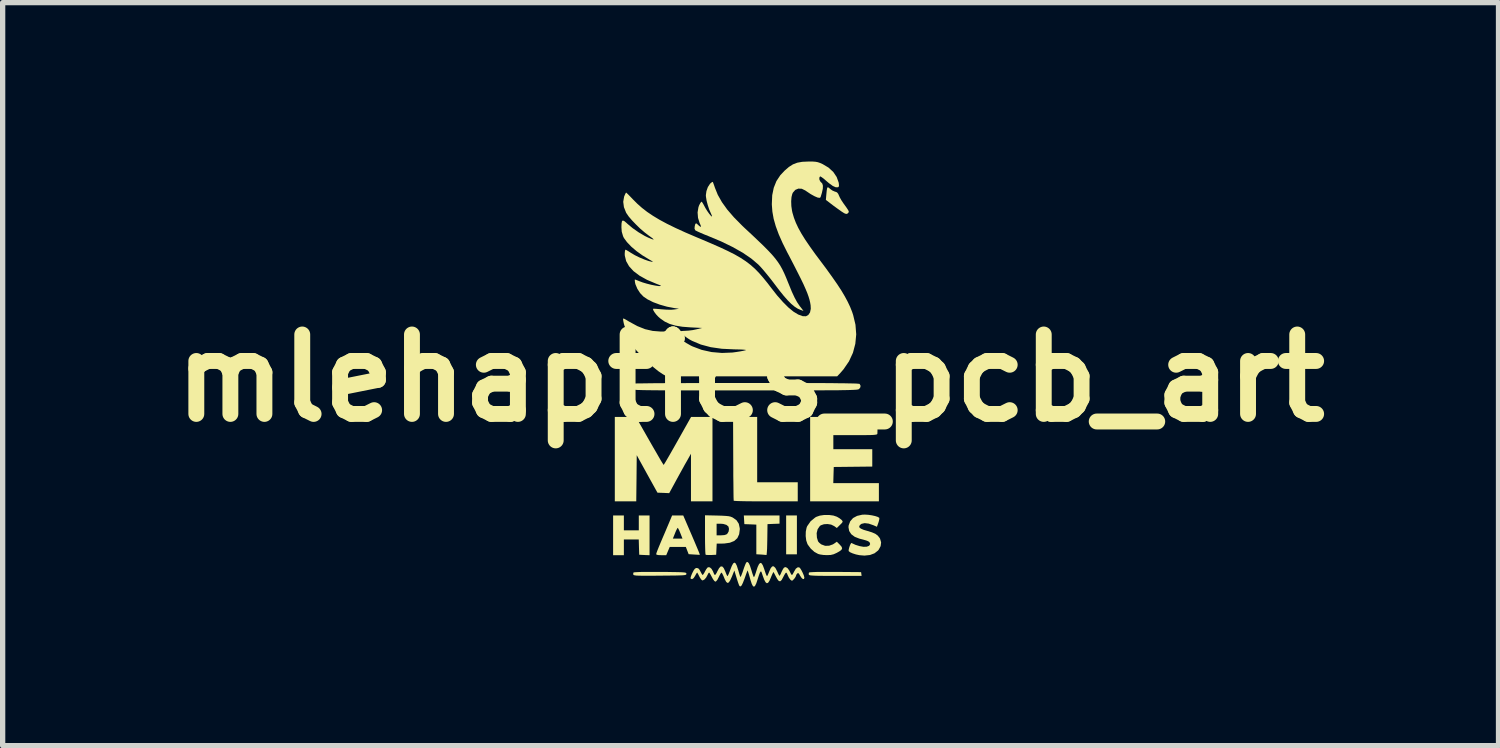
<source format=kicad_pcb>
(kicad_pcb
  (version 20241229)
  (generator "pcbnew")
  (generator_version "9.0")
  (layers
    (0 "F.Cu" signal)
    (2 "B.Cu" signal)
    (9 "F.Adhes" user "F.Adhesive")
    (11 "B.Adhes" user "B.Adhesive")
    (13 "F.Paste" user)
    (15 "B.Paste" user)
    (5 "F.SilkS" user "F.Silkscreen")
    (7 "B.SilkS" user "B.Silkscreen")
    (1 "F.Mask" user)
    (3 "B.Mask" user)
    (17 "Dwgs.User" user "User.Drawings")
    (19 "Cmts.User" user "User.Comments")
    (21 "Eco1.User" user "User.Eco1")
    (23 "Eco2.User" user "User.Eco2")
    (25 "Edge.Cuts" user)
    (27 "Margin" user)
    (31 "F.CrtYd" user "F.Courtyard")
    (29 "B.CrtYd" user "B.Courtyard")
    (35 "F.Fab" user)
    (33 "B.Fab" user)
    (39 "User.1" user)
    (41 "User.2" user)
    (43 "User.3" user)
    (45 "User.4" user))
  (footprint "mlehaptics_pcb_art"
    (layer "F.Cu")
    (at 11.121 4.087)
    (property "Reference" "mlehaptics_pcb_art" (at 0 0 0) (layer "F.SilkS") (effects (font (size 1.5 1.5) (thickness 0.3))))
    (attr board_only exclude_from_pos_files exclude_from_bom)
    (fp_poly (pts (xy 0.875 2.962) (xy 0.875 3.329) (xy 0.774 3.329) (xy 0.672 3.329) (xy 0.672 2.962) (xy 0.672 2.595) (xy 0.774 2.595) (xy 0.875 2.595)) (stroke (width 0) (type solid)) (fill yes) (layer "F.SilkS"))
    (fp_poly (pts (xy 1.595 3.661) (xy 1.603 3.661) (xy 2.087 3.665) (xy 2.092 3.701) (xy 2.097 3.736) (xy 1.603 3.736) (xy 1.464 3.736) (xy 1.353 3.735) (xy 1.267 3.734) (xy 1.203 3.732) (xy 1.158 3.729) (xy 1.128 3.726) (xy 1.11 3.721) (xy 1.101 3.715) (xy 1.099 3.711) (xy 1.099 3.682) (xy 1.105 3.672) (xy 1.124 3.668) (xy 1.172 3.665) (xy 1.246 3.662) (xy 1.343 3.661) (xy 1.46 3.661)) (stroke (width 0) (type solid)) (fill yes) (layer "F.SilkS"))
    (fp_poly (pts (xy 0.547 2.672) (xy 0.547 2.75) (xy 0.434 2.754) (xy 0.32 2.759) (xy 0.316 3.052) (xy 0.314 3.143) (xy 0.312 3.223) (xy 0.308 3.286) (xy 0.304 3.327) (xy 0.301 3.342) (xy 0.301 3.342) (xy 0.28 3.34) (xy 0.238 3.336) (xy 0.199 3.333) (xy 0.109 3.328) (xy 0.109 3.048) (xy 0.109 2.768) (xy -0.004 2.763) (xy -0.117 2.759) (xy -0.122 2.677) (xy -0.127 2.595) (xy 0.21 2.595) (xy 0.547 2.595)) (stroke (width 0) (type solid)) (fill yes) (layer "F.SilkS"))
    (fp_poly (pts (xy -2.392 2.735) (xy -2.392 2.876) (xy -2.251 2.876) (xy -2.11 2.876) (xy -2.11 2.735) (xy -2.11 2.595) (xy -2.009 2.595) (xy -1.907 2.595) (xy -1.907 2.971) (xy -1.907 3.346) (xy -2.005 3.342) (xy -2.102 3.337) (xy -2.107 3.193) (xy -2.111 3.048) (xy -2.251 3.048) (xy -2.392 3.048) (xy -2.392 3.196) (xy -2.392 3.345) (xy -2.493 3.345) (xy -2.595 3.345) (xy -2.595 2.97) (xy -2.595 2.595) (xy -2.493 2.595) (xy -2.392 2.595)) (stroke (width 0) (type solid)) (fill yes) (layer "F.SilkS"))
    (fp_poly (pts (xy 0.125 1.352) (xy 0.125 1.969) (xy 0.508 1.969) (xy 0.891 1.969) (xy 0.891 2.149) (xy 0.891 2.329) (xy 0.29 2.329) (xy 0.156 2.329) (xy 0.032 2.328) (xy -0.078 2.327) (xy -0.172 2.325) (xy -0.245 2.323) (xy -0.295 2.32) (xy -0.317 2.318) (xy -0.318 2.317) (xy -0.319 2.3) (xy -0.321 2.254) (xy -0.322 2.183) (xy -0.323 2.09) (xy -0.324 1.977) (xy -0.326 1.849) (xy -0.326 1.707) (xy -0.327 1.555) (xy -0.327 1.52) (xy -0.33 0.735) (xy -0.102 0.735) (xy 0.125 0.735)) (stroke (width 0) (type solid)) (fill yes) (layer "F.SilkS"))
    (fp_poly (pts (xy 1.468 -3.599) (xy 1.49 -3.582) (xy 1.5 -3.572) (xy 1.543 -3.541) (xy 1.59 -3.52) (xy 1.596 -3.519) (xy 1.632 -3.505) (xy 1.655 -3.477) (xy 1.667 -3.449) (xy 1.686 -3.407) (xy 1.718 -3.351) (xy 1.757 -3.293) (xy 1.762 -3.286) (xy 1.807 -3.224) (xy 1.835 -3.182) (xy 1.85 -3.156) (xy 1.855 -3.139) (xy 1.851 -3.127) (xy 1.844 -3.118) (xy 1.825 -3.101) (xy 1.803 -3.098) (xy 1.771 -3.11) (xy 1.723 -3.14) (xy 1.695 -3.16) (xy 1.63 -3.206) (xy 1.559 -3.258) (xy 1.512 -3.294) (xy 1.422 -3.363) (xy 1.431 -3.467) (xy 1.438 -3.538) (xy 1.445 -3.581) (xy 1.454 -3.6)) (stroke (width 0) (type solid)) (fill yes) (layer "F.SilkS"))
    (fp_poly (pts (xy 2.394 0.881) (xy 2.396 0.948) (xy 2.396 1.005) (xy 2.395 1.044) (xy 2.394 1.053) (xy 2.39 1.061) (xy 2.378 1.067) (xy 2.355 1.071) (xy 2.318 1.075) (xy 2.263 1.077) (xy 2.187 1.078) (xy 2.085 1.078) (xy 1.976 1.079) (xy 1.563 1.079) (xy 1.563 1.211) (xy 1.563 1.344) (xy 1.93 1.344) (xy 2.298 1.344) (xy 2.298 1.508) (xy 2.298 1.672) (xy 1.934 1.676) (xy 1.571 1.68) (xy 1.566 1.833) (xy 1.562 1.985) (xy 1.992 1.985) (xy 2.423 1.985) (xy 2.423 2.157) (xy 2.423 2.329) (xy 1.774 2.329) (xy 1.125 2.329) (xy 1.125 1.532) (xy 1.125 0.735) (xy 1.757 0.735) (xy 2.389 0.735)) (stroke (width 0) (type solid)) (fill yes) (layer "F.SilkS"))
    (fp_poly (pts (xy -1.717 3.661) (xy -1.703 3.661) (xy -1.566 3.662) (xy -1.457 3.664) (xy -1.373 3.665) (xy -1.311 3.667) (xy -1.267 3.67) (xy -1.239 3.673) (xy -1.222 3.678) (xy -1.214 3.684) (xy -1.212 3.692) (xy -1.211 3.697) (xy -1.212 3.705) (xy -1.217 3.712) (xy -1.229 3.718) (xy -1.252 3.722) (xy -1.288 3.725) (xy -1.341 3.727) (xy -1.413 3.729) (xy -1.509 3.73) (xy -1.632 3.731) (xy -1.708 3.732) (xy -1.847 3.733) (xy -1.958 3.733) (xy -2.044 3.733) (xy -2.108 3.732) (xy -2.154 3.73) (xy -2.184 3.726) (xy -2.203 3.722) (xy -2.212 3.716) (xy -2.214 3.711) (xy -2.215 3.682) (xy -2.209 3.672) (xy -2.189 3.668) (xy -2.141 3.665) (xy -2.067 3.662) (xy -1.97 3.661) (xy -1.853 3.661)) (stroke (width 0) (type solid)) (fill yes) (layer "F.SilkS"))
    (fp_poly (pts (xy -0.719 1.532) (xy -0.719 2.329) (xy -0.922 2.329) (xy -1.125 2.329) (xy -1.125 1.88) (xy -1.125 1.43) (xy -1.204 1.571) (xy -1.241 1.635) (xy -1.287 1.719) (xy -1.338 1.811) (xy -1.389 1.904) (xy -1.41 1.943) (xy -1.536 2.174) (xy -1.647 2.169) (xy -1.758 2.165) (xy -1.954 1.811) (xy -2.149 1.457) (xy -2.153 1.893) (xy -2.158 2.329) (xy -2.36 2.329) (xy -2.563 2.329) (xy -2.563 1.532) (xy -2.563 0.735) (xy -2.364 0.735) (xy -2.165 0.735) (xy -1.907 1.188) (xy -1.845 1.296) (xy -1.788 1.394) (xy -1.738 1.481) (xy -1.697 1.552) (xy -1.665 1.604) (xy -1.646 1.634) (xy -1.641 1.641) (xy -1.632 1.628) (xy -1.609 1.591) (xy -1.575 1.533) (xy -1.531 1.457) (xy -1.479 1.366) (xy -1.421 1.264) (xy -1.378 1.188) (xy -1.123 0.735) (xy -0.921 0.735) (xy -0.719 0.735)) (stroke (width 0) (type solid)) (fill yes) (layer "F.SilkS"))
    (fp_poly (pts (xy -1.112 2.964) (xy -1.069 3.064) (xy -1.031 3.154) (xy -0.999 3.23) (xy -0.975 3.288) (xy -0.961 3.325) (xy -0.957 3.337) (xy -0.974 3.338) (xy -1.013 3.336) (xy -1.065 3.333) (xy -1.169 3.326) (xy -1.196 3.257) (xy -1.222 3.189) (xy -1.374 3.189) (xy -1.526 3.189) (xy -1.559 3.267) (xy -1.592 3.345) (xy -1.687 3.345) (xy -1.744 3.343) (xy -1.775 3.335) (xy -1.782 3.325) (xy -1.776 3.303) (xy -1.76 3.259) (xy -1.736 3.199) (xy -1.706 3.127) (xy -1.699 3.11) (xy -1.666 3.032) (xy -1.467 3.032) (xy -1.376 3.032) (xy -1.285 3.032) (xy -1.325 2.931) (xy -1.346 2.88) (xy -1.364 2.844) (xy -1.375 2.829) (xy -1.376 2.829) (xy -1.386 2.843) (xy -1.404 2.878) (xy -1.425 2.927) (xy -1.426 2.931) (xy -1.467 3.032) (xy -1.666 3.032) (xy -1.66 3.018) (xy -1.617 2.918) (xy -1.577 2.823) (xy -1.548 2.755) (xy -1.481 2.595) (xy -1.376 2.595) (xy -1.271 2.595)) (stroke (width 0) (type solid)) (fill yes) (layer "F.SilkS"))
    (fp_poly (pts (xy -0.629 2.597) (xy -0.535 2.6) (xy -0.466 2.604) (xy -0.416 2.609) (xy -0.379 2.617) (xy -0.349 2.629) (xy -0.336 2.635) (xy -0.265 2.686) (xy -0.222 2.752) (xy -0.204 2.836) (xy -0.203 2.856) (xy -0.215 2.949) (xy -0.249 3.023) (xy -0.307 3.076) (xy -0.39 3.11) (xy -0.496 3.125) (xy -0.533 3.126) (xy -0.639 3.126) (xy -0.644 3.232) (xy -0.649 3.337) (xy -0.743 3.342) (xy -0.795 3.342) (xy -0.834 3.34) (xy -0.849 3.335) (xy -0.852 3.317) (xy -0.855 3.272) (xy -0.857 3.205) (xy -0.859 3.12) (xy -0.86 3.022) (xy -0.86 2.958) (xy -0.86 2.86) (xy -0.641 2.86) (xy -0.641 2.97) (xy -0.555 2.97) (xy -0.496 2.966) (xy -0.457 2.954) (xy -0.438 2.939) (xy -0.414 2.898) (xy -0.407 2.849) (xy -0.417 2.807) (xy -0.418 2.804) (xy -0.456 2.773) (xy -0.516 2.755) (xy -0.569 2.751) (xy -0.641 2.751) (xy -0.641 2.86) (xy -0.86 2.86) (xy -0.86 2.592)) (stroke (width 0) (type solid)) (fill yes) (layer "F.SilkS"))
    (fp_poly (pts (xy 1.565 2.597) (xy 1.632 2.62) (xy 1.633 2.621) (xy 1.679 2.648) (xy 1.715 2.676) (xy 1.723 2.684) (xy 1.737 2.703) (xy 1.737 2.719) (xy 1.72 2.742) (xy 1.689 2.773) (xy 1.629 2.832) (xy 1.579 2.796) (xy 1.522 2.768) (xy 1.454 2.757) (xy 1.385 2.761) (xy 1.327 2.781) (xy 1.308 2.795) (xy 1.267 2.854) (xy 1.248 2.929) (xy 1.253 3.014) (xy 1.274 3.083) (xy 1.294 3.108) (xy 1.329 3.137) (xy 1.339 3.143) (xy 1.407 3.168) (xy 1.482 3.167) (xy 1.555 3.141) (xy 1.579 3.126) (xy 1.629 3.091) (xy 1.686 3.148) (xy 1.719 3.186) (xy 1.729 3.216) (xy 1.716 3.244) (xy 1.676 3.274) (xy 1.626 3.302) (xy 1.568 3.328) (xy 1.513 3.341) (xy 1.444 3.344) (xy 1.44 3.344) (xy 1.375 3.341) (xy 1.313 3.332) (xy 1.276 3.322) (xy 1.205 3.283) (xy 1.137 3.222) (xy 1.082 3.148) (xy 1.074 3.134) (xy 1.051 3.067) (xy 1.041 2.985) (xy 1.043 2.9) (xy 1.058 2.826) (xy 1.069 2.798) (xy 1.134 2.705) (xy 1.22 2.634) (xy 1.243 2.621) (xy 1.309 2.598) (xy 1.392 2.586) (xy 1.482 2.586)) (stroke (width 0) (type solid)) (fill yes) (layer "F.SilkS"))
    (fp_poly (pts (xy 2.224 2.583) (xy 2.292 2.593) (xy 2.354 2.607) (xy 2.403 2.623) (xy 2.43 2.64) (xy 2.431 2.642) (xy 2.431 2.664) (xy 2.422 2.704) (xy 2.413 2.733) (xy 2.386 2.809) (xy 2.32 2.78) (xy 2.23 2.749) (xy 2.155 2.74) (xy 2.096 2.753) (xy 2.079 2.764) (xy 2.053 2.793) (xy 2.053 2.819) (xy 2.081 2.843) (xy 2.136 2.867) (xy 2.205 2.887) (xy 2.292 2.914) (xy 2.355 2.941) (xy 2.4 2.974) (xy 2.434 3.016) (xy 2.445 3.034) (xy 2.465 3.103) (xy 2.456 3.174) (xy 2.418 3.244) (xy 2.406 3.258) (xy 2.34 3.31) (xy 2.254 3.342) (xy 2.15 3.353) (xy 2.055 3.345) (xy 1.989 3.331) (xy 1.927 3.311) (xy 1.878 3.289) (xy 1.853 3.268) (xy 1.852 3.247) (xy 1.86 3.211) (xy 1.873 3.17) (xy 1.888 3.135) (xy 1.901 3.116) (xy 1.905 3.115) (xy 1.981 3.15) (xy 2.059 3.174) (xy 2.132 3.187) (xy 2.193 3.185) (xy 2.235 3.17) (xy 2.24 3.166) (xy 2.258 3.137) (xy 2.251 3.11) (xy 2.239 3.095) (xy 2.218 3.081) (xy 2.182 3.067) (xy 2.126 3.051) (xy 2.055 3.033) (xy 1.968 2.999) (xy 1.902 2.95) (xy 1.862 2.889) (xy 1.849 2.818) (xy 1.852 2.784) (xy 1.882 2.705) (xy 1.935 2.644) (xy 2.012 2.603) (xy 2.108 2.581) (xy 2.159 2.579)) (stroke (width 0) (type solid)) (fill yes) (layer "F.SilkS"))
    (fp_poly (pts (xy 0.224 0.094) (xy 0.511 0.094) (xy 0.769 0.095) (xy 1 0.095) (xy 1.204 0.096) (xy 1.383 0.096) (xy 1.538 0.097) (xy 1.67 0.099) (xy 1.781 0.1) (xy 1.871 0.102) (xy 1.942 0.103) (xy 1.996 0.105) (xy 2.032 0.108) (xy 2.054 0.11) (xy 2.06 0.113) (xy 2.078 0.149) (xy 2.068 0.187) (xy 2.044 0.21) (xy 2.037 0.214) (xy 2.024 0.217) (xy 2.005 0.22) (xy 1.977 0.222) (xy 1.939 0.224) (xy 1.89 0.226) (xy 1.828 0.228) (xy 1.751 0.229) (xy 1.658 0.231) (xy 1.548 0.232) (xy 1.418 0.232) (xy 1.268 0.233) (xy 1.095 0.234) (xy 0.899 0.234) (xy 0.677 0.234) (xy 0.429 0.234) (xy 0.152 0.234) (xy -0.105 0.234) (xy -0.405 0.234) (xy -0.675 0.234) (xy -0.916 0.234) (xy -1.132 0.234) (xy -1.322 0.234) (xy -1.489 0.234) (xy -1.634 0.233) (xy -1.759 0.232) (xy -1.865 0.231) (xy -1.954 0.23) (xy -2.027 0.229) (xy -2.087 0.227) (xy -2.134 0.226) (xy -2.171 0.223) (xy -2.198 0.221) (xy -2.218 0.218) (xy -2.231 0.215) (xy -2.24 0.211) (xy -2.246 0.207) (xy -2.25 0.204) (xy -2.271 0.165) (xy -2.264 0.127) (xy -2.244 0.106) (xy -2.227 0.104) (xy -2.18 0.103) (xy -2.106 0.102) (xy -2.005 0.101) (xy -1.881 0.099) (xy -1.734 0.098) (xy -1.567 0.097) (xy -1.382 0.097) (xy -1.18 0.096) (xy -0.962 0.095) (xy -0.732 0.095) (xy -0.49 0.094) (xy -0.239 0.094) (xy -0.093 0.094)) (stroke (width 0) (type solid)) (fill yes) (layer "F.SilkS"))
    (fp_poly (pts (xy -0.706 -3.686) (xy -0.692 -3.648) (xy -0.674 -3.596) (xy -0.674 -3.595) (xy -0.619 -3.459) (xy -0.541 -3.321) (xy -0.44 -3.18) (xy -0.313 -3.033) (xy -0.159 -2.877) (xy -0.113 -2.833) (xy 0.028 -2.702) (xy 0.148 -2.588) (xy 0.25 -2.49) (xy 0.335 -2.404) (xy 0.407 -2.327) (xy 0.467 -2.256) (xy 0.517 -2.189) (xy 0.561 -2.122) (xy 0.599 -2.053) (xy 0.635 -1.979) (xy 0.671 -1.896) (xy 0.709 -1.802) (xy 0.727 -1.758) (xy 0.781 -1.626) (xy 0.831 -1.519) (xy 0.879 -1.431) (xy 0.929 -1.357) (xy 0.949 -1.333) (xy 0.977 -1.296) (xy 0.995 -1.273) (xy 0.998 -1.267) (xy 0.981 -1.273) (xy 0.948 -1.285) (xy 0.946 -1.285) (xy 0.889 -1.31) (xy 0.832 -1.347) (xy 0.77 -1.398) (xy 0.703 -1.465) (xy 0.627 -1.551) (xy 0.54 -1.659) (xy 0.44 -1.791) (xy 0.435 -1.798) (xy 0.37 -1.882) (xy 0.302 -1.966) (xy 0.238 -2.043) (xy 0.182 -2.106) (xy 0.146 -2.143) (xy 0.014 -2.255) (xy -0.147 -2.365) (xy -0.338 -2.473) (xy -0.558 -2.58) (xy -0.797 -2.68) (xy -0.877 -2.712) (xy -0.947 -2.742) (xy -1.002 -2.767) (xy -1.036 -2.784) (xy -1.044 -2.789) (xy -1.058 -2.821) (xy -1.054 -2.866) (xy -1.043 -2.908) (xy -1.028 -2.921) (xy -1.006 -2.906) (xy -1 -2.899) (xy -0.968 -2.87) (xy -0.951 -2.859) (xy -0.937 -2.854) (xy -0.936 -2.864) (xy -0.947 -2.894) (xy -0.962 -2.927) (xy -0.992 -3.024) (xy -1 -3.127) (xy -0.984 -3.224) (xy -0.97 -3.263) (xy -0.949 -3.302) (xy -0.932 -3.326) (xy -0.926 -3.329) (xy -0.912 -3.316) (xy -0.892 -3.283) (xy -0.877 -3.255) (xy -0.85 -3.205) (xy -0.817 -3.152) (xy -0.783 -3.104) (xy -0.753 -3.067) (xy -0.733 -3.049) (xy -0.73 -3.048) (xy -0.729 -3.06) (xy -0.741 -3.091) (xy -0.748 -3.107) (xy -0.78 -3.179) (xy -0.808 -3.264) (xy -0.83 -3.348) (xy -0.842 -3.422) (xy -0.844 -3.452) (xy -0.833 -3.529) (xy -0.806 -3.605) (xy -0.766 -3.666) (xy -0.752 -3.68) (xy -0.727 -3.699) (xy -0.713 -3.703)) (stroke (width 0) (type solid)) (fill yes) (layer "F.SilkS"))
    (fp_poly (pts (xy -0.035 3.494) (xy -0.011 3.545) (xy 0.015 3.625) (xy 0.016 3.627) (xy 0.033 3.685) (xy 0.049 3.731) (xy 0.06 3.757) (xy 0.063 3.759) (xy 0.072 3.749) (xy 0.086 3.715) (xy 0.103 3.664) (xy 0.106 3.653) (xy 0.134 3.568) (xy 0.16 3.514) (xy 0.184 3.491) (xy 0.208 3.499) (xy 0.232 3.538) (xy 0.258 3.607) (xy 0.267 3.636) (xy 0.285 3.689) (xy 0.3 3.726) (xy 0.311 3.741) (xy 0.313 3.74) (xy 0.325 3.719) (xy 0.342 3.68) (xy 0.352 3.654) (xy 0.381 3.59) (xy 0.409 3.557) (xy 0.438 3.556) (xy 0.469 3.586) (xy 0.501 3.647) (xy 0.503 3.651) (xy 0.523 3.696) (xy 0.54 3.727) (xy 0.547 3.735) (xy 0.557 3.722) (xy 0.574 3.689) (xy 0.583 3.666) (xy 0.605 3.621) (xy 0.626 3.587) (xy 0.633 3.579) (xy 0.664 3.57) (xy 0.698 3.59) (xy 0.731 3.635) (xy 0.742 3.657) (xy 0.761 3.695) (xy 0.777 3.718) (xy 0.782 3.72) (xy 0.794 3.707) (xy 0.812 3.675) (xy 0.821 3.657) (xy 0.855 3.6) (xy 0.891 3.574) (xy 0.92 3.576) (xy 0.938 3.594) (xy 0.961 3.631) (xy 0.985 3.679) (xy 1.005 3.726) (xy 1.015 3.764) (xy 1.016 3.771) (xy 1.008 3.795) (xy 0.989 3.796) (xy 0.964 3.775) (xy 0.938 3.736) (xy 0.937 3.735) (xy 0.915 3.696) (xy 0.899 3.683) (xy 0.883 3.689) (xy 0.882 3.69) (xy 0.863 3.716) (xy 0.86 3.729) (xy 0.85 3.754) (xy 0.827 3.788) (xy 0.822 3.793) (xy 0.796 3.821) (xy 0.779 3.827) (xy 0.759 3.814) (xy 0.752 3.808) (xy 0.725 3.772) (xy 0.703 3.727) (xy 0.703 3.726) (xy 0.688 3.691) (xy 0.673 3.674) (xy 0.671 3.673) (xy 0.658 3.686) (xy 0.637 3.72) (xy 0.616 3.76) (xy 0.587 3.814) (xy 0.56 3.838) (xy 0.534 3.833) (xy 0.506 3.798) (xy 0.481 3.753) (xy 0.457 3.707) (xy 0.44 3.675) (xy 0.433 3.663) (xy 0.425 3.674) (xy 0.409 3.707) (xy 0.388 3.756) (xy 0.384 3.767) (xy 0.356 3.83) (xy 0.331 3.866) (xy 0.308 3.875) (xy 0.284 3.857) (xy 0.258 3.809) (xy 0.23 3.733) (xy 0.211 3.676) (xy 0.202 3.654) (xy 0.191 3.653) (xy 0.177 3.674) (xy 0.159 3.721) (xy 0.135 3.795) (xy 0.133 3.802) (xy 0.108 3.878) (xy 0.085 3.924) (xy 0.065 3.941) (xy 0.044 3.928) (xy 0.022 3.885) (xy -0.002 3.812) (xy -0.016 3.76) (xy -0.033 3.702) (xy -0.047 3.658) (xy -0.056 3.636) (xy -0.059 3.635) (xy -0.066 3.656) (xy -0.082 3.698) (xy -0.102 3.755) (xy -0.114 3.789) (xy -0.144 3.866) (xy -0.167 3.914) (xy -0.187 3.935) (xy -0.204 3.931) (xy -0.212 3.922) (xy -0.222 3.899) (xy -0.238 3.854) (xy -0.257 3.795) (xy -0.265 3.769) (xy -0.306 3.635) (xy -0.353 3.752) (xy -0.385 3.821) (xy -0.411 3.86) (xy -0.436 3.869) (xy -0.46 3.849) (xy -0.487 3.799) (xy -0.498 3.771) (xy -0.519 3.722) (xy -0.537 3.687) (xy -0.548 3.673) (xy -0.561 3.686) (xy -0.581 3.72) (xy -0.6 3.759) (xy -0.626 3.809) (xy -0.651 3.839) (xy -0.664 3.845) (xy -0.684 3.832) (xy -0.71 3.796) (xy -0.73 3.759) (xy -0.754 3.714) (xy -0.773 3.683) (xy -0.783 3.673) (xy -0.796 3.686) (xy -0.812 3.717) (xy -0.812 3.718) (xy -0.839 3.768) (xy -0.871 3.805) (xy -0.902 3.821) (xy -0.914 3.82) (xy -0.934 3.801) (xy -0.958 3.765) (xy -0.97 3.742) (xy -0.99 3.702) (xy -1.005 3.677) (xy -1.009 3.673) (xy -1.019 3.686) (xy -1.038 3.718) (xy -1.047 3.736) (xy -1.076 3.779) (xy -1.105 3.798) (xy -1.128 3.789) (xy -1.133 3.784) (xy -1.131 3.763) (xy -1.118 3.724) (xy -1.098 3.678) (xy -1.071 3.627) (xy -1.049 3.599) (xy -1.027 3.588) (xy -1.016 3.587) (xy -0.987 3.594) (xy -0.963 3.621) (xy -0.946 3.653) (xy -0.925 3.692) (xy -0.909 3.716) (xy -0.904 3.72) (xy -0.892 3.707) (xy -0.872 3.675) (xy -0.86 3.651) (xy -0.836 3.609) (xy -0.812 3.579) (xy -0.802 3.573) (xy -0.769 3.575) (xy -0.737 3.603) (xy -0.709 3.651) (xy -0.703 3.667) (xy -0.688 3.702) (xy -0.674 3.72) (xy -0.672 3.72) (xy -0.658 3.707) (xy -0.638 3.674) (xy -0.629 3.654) (xy -0.595 3.591) (xy -0.565 3.559) (xy -0.535 3.558) (xy -0.507 3.588) (xy -0.478 3.65) (xy -0.477 3.654) (xy -0.459 3.699) (xy -0.444 3.731) (xy -0.438 3.74) (xy -0.429 3.732) (xy -0.413 3.7) (xy -0.393 3.65) (xy -0.384 3.625) (xy -0.354 3.548) (xy -0.328 3.501) (xy -0.304 3.485) (xy -0.282 3.5) (xy -0.259 3.545) (xy -0.235 3.622) (xy -0.233 3.626) (xy -0.217 3.683) (xy -0.203 3.729) (xy -0.193 3.754) (xy -0.193 3.756) (xy -0.184 3.749) (xy -0.17 3.717) (xy -0.151 3.667) (xy -0.14 3.634) (xy -0.119 3.572) (xy -0.099 3.52) (xy -0.084 3.488) (xy -0.08 3.481) (xy -0.058 3.473)) (stroke (width 0) (type solid)) (fill yes) (layer "F.SilkS"))
    (fp_poly (pts (xy 1.171 -4.087) (xy 1.226 -4.083) (xy 1.269 -4.075) (xy 1.31 -4.061) (xy 1.36 -4.039) (xy 1.362 -4.038) (xy 1.473 -3.972) (xy 1.562 -3.89) (xy 1.626 -3.795) (xy 1.663 -3.692) (xy 1.666 -3.675) (xy 1.67 -3.632) (xy 1.663 -3.609) (xy 1.651 -3.601) (xy 1.609 -3.601) (xy 1.553 -3.626) (xy 1.481 -3.678) (xy 1.428 -3.723) (xy 1.382 -3.763) (xy 1.342 -3.792) (xy 1.317 -3.806) (xy 1.312 -3.806) (xy 1.298 -3.781) (xy 1.3 -3.745) (xy 1.316 -3.712) (xy 1.326 -3.701) (xy 1.354 -3.672) (xy 1.366 -3.631) (xy 1.364 -3.574) (xy 1.347 -3.496) (xy 1.321 -3.412) (xy 1.302 -3.401) (xy 1.263 -3.408) (xy 1.206 -3.433) (xy 1.134 -3.473) (xy 1.052 -3.528) (xy 1.033 -3.541) (xy 0.967 -3.573) (xy 0.903 -3.576) (xy 0.845 -3.552) (xy 0.8 -3.501) (xy 0.788 -3.476) (xy 0.773 -3.416) (xy 0.767 -3.336) (xy 0.77 -3.246) (xy 0.783 -3.157) (xy 0.791 -3.121) (xy 0.819 -3.026) (xy 0.855 -2.932) (xy 0.901 -2.834) (xy 0.959 -2.729) (xy 1.031 -2.613) (xy 1.119 -2.484) (xy 1.224 -2.337) (xy 1.303 -2.232) (xy 1.433 -2.058) (xy 1.543 -1.905) (xy 1.637 -1.77) (xy 1.716 -1.649) (xy 1.781 -1.539) (xy 1.835 -1.438) (xy 1.88 -1.343) (xy 1.917 -1.25) (xy 1.937 -1.19) (xy 1.981 -1.006) (xy 1.995 -0.824) (xy 1.978 -0.646) (xy 1.933 -0.476) (xy 1.858 -0.314) (xy 1.755 -0.164) (xy 1.698 -0.098) (xy 1.635 -0.031) (xy 0.024 -0.031) (xy -1.587 -0.032) (xy -1.66 -0.074) (xy -1.74 -0.128) (xy -1.833 -0.203) (xy -1.934 -0.294) (xy -2.039 -0.396) (xy -2.143 -0.507) (xy -2.242 -0.619) (xy -2.295 -0.685) (xy -2.336 -0.74) (xy -2.356 -0.775) (xy -2.355 -0.792) (xy -2.335 -0.793) (xy -2.325 -0.791) (xy -2.267 -0.775) (xy -2.235 -0.769) (xy -2.229 -0.776) (xy -2.245 -0.797) (xy -2.277 -0.832) (xy -2.317 -0.879) (xy -2.351 -0.925) (xy -2.366 -0.95) (xy -2.381 -0.987) (xy -2.394 -1.033) (xy -2.403 -1.078) (xy -2.407 -1.111) (xy -2.402 -1.125) (xy -2.402 -1.125) (xy -2.385 -1.118) (xy -2.348 -1.098) (xy -2.3 -1.069) (xy -2.29 -1.063) (xy -2.137 -0.98) (xy -1.992 -0.922) (xy -1.847 -0.889) (xy -1.696 -0.877) (xy -1.642 -0.878) (xy -1.478 -0.884) (xy -1.432 -0.832) (xy -1.376 -0.778) (xy -1.3 -0.719) (xy -1.214 -0.661) (xy -1.126 -0.611) (xy -1.092 -0.595) (xy -0.922 -0.531) (xy -0.736 -0.49) (xy -0.54 -0.473) (xy -0.342 -0.481) (xy -0.269 -0.491) (xy -0.199 -0.502) (xy -0.141 -0.513) (xy -0.1 -0.523) (xy -0.086 -0.527) (xy -0.094 -0.531) (xy -0.128 -0.535) (xy -0.183 -0.538) (xy -0.256 -0.54) (xy -0.31 -0.541) (xy -0.542 -0.552) (xy -0.752 -0.582) (xy -0.939 -0.632) (xy -1.103 -0.701) (xy -1.151 -0.727) (xy -1.203 -0.761) (xy -1.254 -0.799) (xy -1.296 -0.835) (xy -1.322 -0.864) (xy -1.329 -0.877) (xy -1.314 -0.884) (xy -1.277 -0.889) (xy -1.234 -0.891) (xy -1.168 -0.895) (xy -1.09 -0.905) (xy -1.027 -0.918) (xy -0.914 -0.945) (xy -1.133 -0.956) (xy -1.288 -0.968) (xy -1.417 -0.989) (xy -1.527 -1.021) (xy -1.62 -1.065) (xy -1.703 -1.123) (xy -1.74 -1.155) (xy -1.779 -1.196) (xy -1.812 -1.239) (xy -1.835 -1.277) (xy -1.842 -1.302) (xy -1.84 -1.307) (xy -1.823 -1.308) (xy -1.781 -1.306) (xy -1.723 -1.301) (xy -1.679 -1.297) (xy -1.581 -1.29) (xy -1.495 -1.289) (xy -1.438 -1.294) (xy -1.352 -1.307) (xy -1.438 -1.32) (xy -1.579 -1.347) (xy -1.716 -1.386) (xy -1.842 -1.433) (xy -1.949 -1.487) (xy -2.023 -1.538) (xy -2.085 -1.603) (xy -2.138 -1.685) (xy -2.174 -1.771) (xy -2.181 -1.801) (xy -2.186 -1.839) (xy -2.185 -1.859) (xy -2.184 -1.86) (xy -2.166 -1.854) (xy -2.129 -1.84) (xy -2.1 -1.828) (xy -2.036 -1.804) (xy -1.958 -1.781) (xy -1.875 -1.76) (xy -1.798 -1.745) (xy -1.737 -1.736) (xy -1.719 -1.736) (xy -1.696 -1.737) (xy -1.692 -1.742) (xy -1.712 -1.753) (xy -1.756 -1.77) (xy -1.784 -1.781) (xy -1.954 -1.853) (xy -2.096 -1.932) (xy -2.21 -2.018) (xy -2.294 -2.11) (xy -2.349 -2.207) (xy -2.374 -2.309) (xy -2.376 -2.341) (xy -2.373 -2.387) (xy -2.367 -2.416) (xy -2.362 -2.423) (xy -2.343 -2.415) (xy -2.306 -2.393) (xy -2.259 -2.363) (xy -2.256 -2.361) (xy -2.183 -2.318) (xy -2.097 -2.276) (xy -2.007 -2.238) (xy -1.925 -2.209) (xy -1.876 -2.197) (xy -1.851 -2.193) (xy -1.846 -2.197) (xy -1.865 -2.21) (xy -1.909 -2.235) (xy -1.917 -2.24) (xy -2.039 -2.314) (xy -2.152 -2.395) (xy -2.252 -2.48) (xy -2.333 -2.565) (xy -2.391 -2.644) (xy -2.407 -2.677) (xy -2.432 -2.762) (xy -2.438 -2.845) (xy -2.436 -2.917) (xy -2.428 -2.959) (xy -2.412 -2.974) (xy -2.384 -2.963) (xy -2.341 -2.927) (xy -2.324 -2.911) (xy -2.227 -2.83) (xy -2.114 -2.751) (xy -1.997 -2.682) (xy -1.931 -2.65) (xy -1.87 -2.625) (xy -1.837 -2.614) (xy -1.83 -2.617) (xy -1.85 -2.637) (xy -1.896 -2.671) (xy -1.924 -2.691) (xy -2.001 -2.75) (xy -2.083 -2.82) (xy -2.163 -2.898) (xy -2.237 -2.975) (xy -2.299 -3.047) (xy -2.342 -3.109) (xy -2.35 -3.122) (xy -2.391 -3.226) (xy -2.404 -3.327) (xy -2.388 -3.421) (xy -2.385 -3.431) (xy -2.367 -3.472) (xy -2.354 -3.497) (xy -2.35 -3.501) (xy -2.337 -3.491) (xy -2.307 -3.462) (xy -2.265 -3.419) (xy -2.225 -3.377) (xy -2.14 -3.292) (xy -2.05 -3.212) (xy -1.952 -3.136) (xy -1.842 -3.062) (xy -1.719 -2.988) (xy -1.578 -2.912) (xy -1.417 -2.833) (xy -1.233 -2.749) (xy -1.023 -2.659) (xy -0.944 -2.626) (xy -0.747 -2.542) (xy -0.576 -2.467) (xy -0.429 -2.398) (xy -0.3 -2.333) (xy -0.189 -2.269) (xy -0.09 -2.204) (xy -0.001 -2.136) (xy 0.082 -2.063) (xy 0.161 -1.982) (xy 0.24 -1.891) (xy 0.323 -1.789) (xy 0.376 -1.719) (xy 0.499 -1.562) (xy 0.612 -1.434) (xy 0.715 -1.331) (xy 0.81 -1.253) (xy 0.899 -1.199) (xy 0.983 -1.168) (xy 0.988 -1.167) (xy 1.046 -1.166) (xy 1.091 -1.191) (xy 1.123 -1.239) (xy 1.137 -1.306) (xy 1.134 -1.373) (xy 1.125 -1.426) (xy 1.112 -1.481) (xy 1.094 -1.54) (xy 1.07 -1.607) (xy 1.038 -1.683) (xy 0.998 -1.773) (xy 0.947 -1.878) (xy 0.885 -2.001) (xy 0.811 -2.146) (xy 0.724 -2.314) (xy 0.699 -2.36) (xy 0.606 -2.546) (xy 0.532 -2.713) (xy 0.476 -2.865) (xy 0.436 -3.006) (xy 0.412 -3.141) (xy 0.402 -3.272) (xy 0.402 -3.29) (xy 0.409 -3.452) (xy 0.438 -3.592) (xy 0.488 -3.717) (xy 0.562 -3.829) (xy 0.642 -3.914) (xy 0.724 -3.985) (xy 0.801 -4.034) (xy 0.882 -4.065) (xy 0.976 -4.082) (xy 1.091 -4.087) (xy 1.094 -4.087)) (stroke (width 0) (type solid)) (fill yes) (layer "F.SilkS")))
  (gr_rect
    (start -3 -3)
    (end 25.243 11.028)
    (stroke (width 0.1) (type default))
    (fill no)
    (layer "Edge.Cuts")))
</source>
